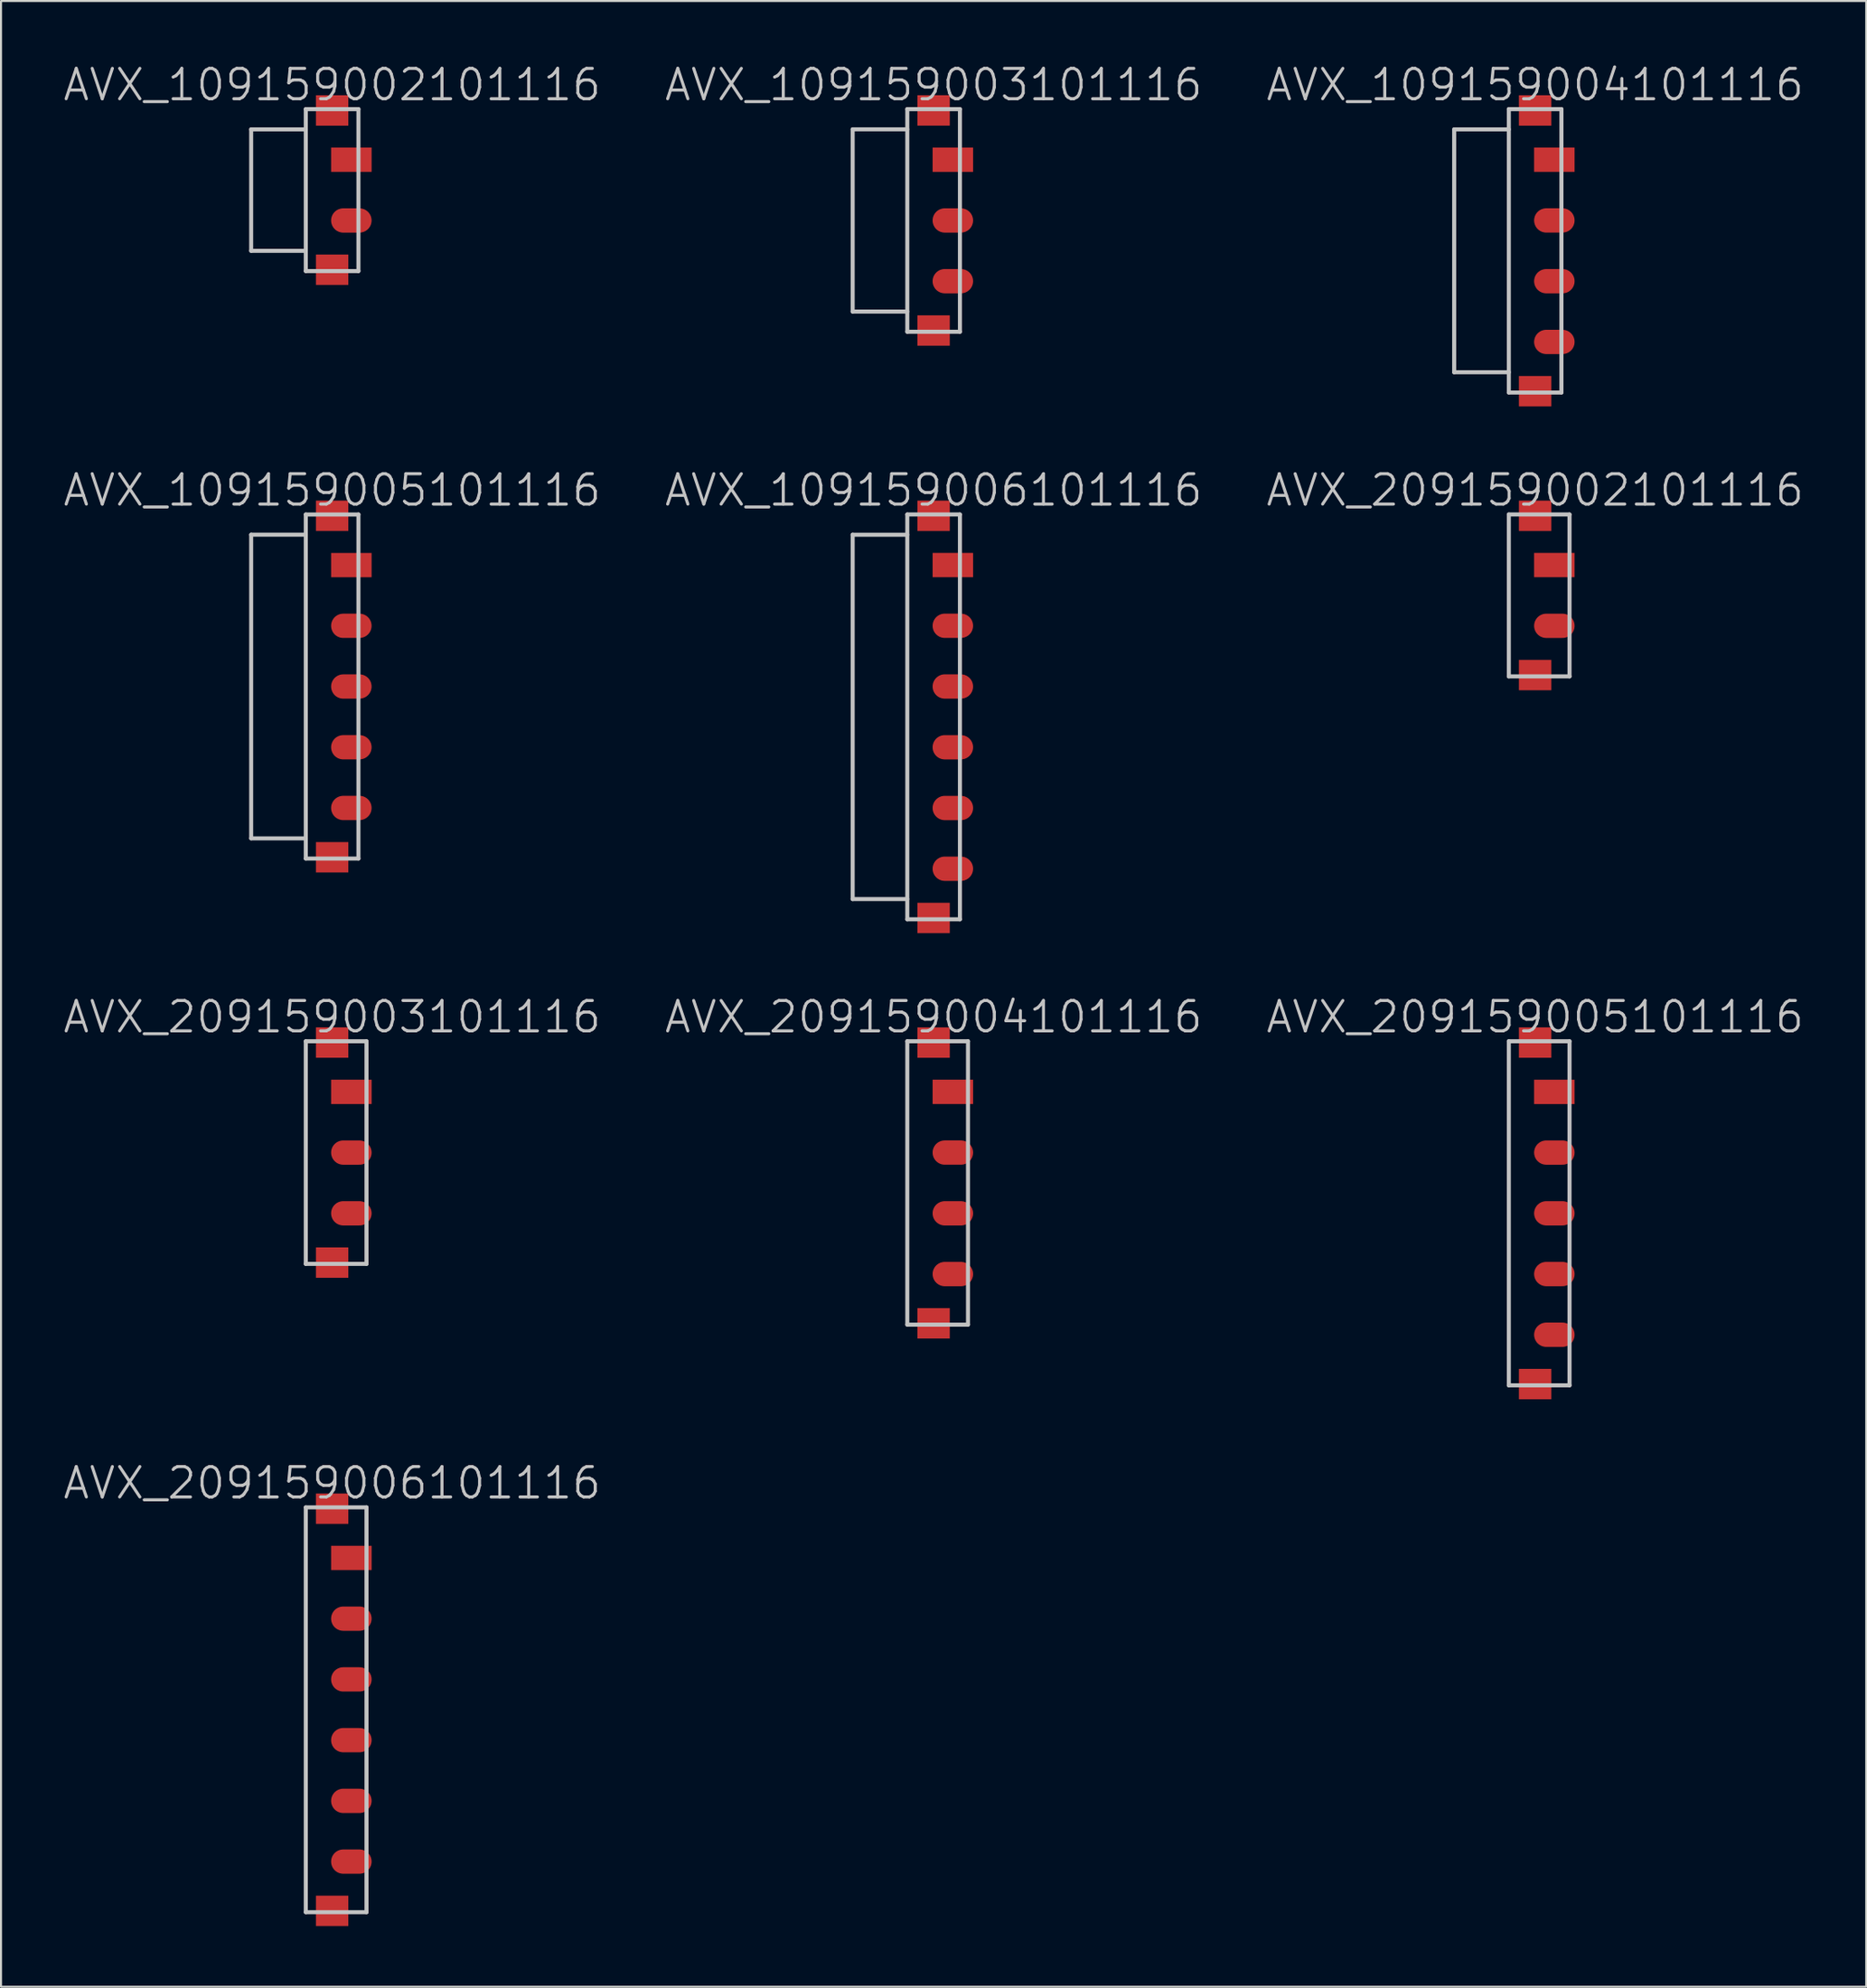
<source format=kicad_pcb>
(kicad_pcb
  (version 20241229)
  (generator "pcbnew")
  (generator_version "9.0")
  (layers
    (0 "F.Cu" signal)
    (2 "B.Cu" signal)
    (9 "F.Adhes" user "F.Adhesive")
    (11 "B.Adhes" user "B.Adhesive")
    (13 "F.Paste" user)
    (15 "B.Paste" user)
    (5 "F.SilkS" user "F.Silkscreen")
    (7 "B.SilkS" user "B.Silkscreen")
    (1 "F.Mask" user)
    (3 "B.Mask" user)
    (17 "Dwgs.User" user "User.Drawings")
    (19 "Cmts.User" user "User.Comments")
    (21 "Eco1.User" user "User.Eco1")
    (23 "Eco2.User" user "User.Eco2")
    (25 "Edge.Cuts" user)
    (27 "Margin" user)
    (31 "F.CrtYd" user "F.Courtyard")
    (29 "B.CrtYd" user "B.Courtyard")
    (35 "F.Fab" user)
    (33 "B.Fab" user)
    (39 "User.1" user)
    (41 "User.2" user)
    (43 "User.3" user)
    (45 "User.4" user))
  (footprint "AVX_209159003101116"
    (layer "F.Cu")
    (at 13.361 53.89)
    (property "Reference" "AVX_209159003101116" (at 0 -6.7 180) (layer "Dwgs.User") (effects (font (size 1.5 1.5) (thickness 0.15))))
    (attr smd)
    (fp_line (start -1.3 5.499) (end -1.3 -5.499) (stroke (width 0.2) (type solid)) (layer "Dwgs.User"))
    (fp_line (start 1.699 -5.499) (end -1.3 -5.499) (stroke (width 0.2) (type solid)) (layer "Dwgs.User"))
    (fp_line (start 1.699 -5.499) (end 1.699 5.499) (stroke (width 0.2) (type solid)) (layer "Dwgs.User"))
    (fp_line (start 1.699 5.499) (end -1.3 5.499) (stroke (width 0.2) (type solid)) (layer "Dwgs.User"))
    (pad "" smd rect (at 0 -5.436 270) (size 1.5 1.6) (layers "F.Cu" "F.Mask" "F.Paste"))
    (pad "" smd rect (at 0 5.436 270) (size 1.5 1.6) (layers "F.Cu" "F.Mask" "F.Paste"))
    (pad "1" smd rect (at 0.95 -3 270) (size 1.2 2) (layers "F.Cu" "F.Mask" "F.Paste"))
    (pad "2" smd oval (at 0.95 0 270) (size 1.2 2) (layers "F.Cu" "F.Mask" "F.Paste"))
    (pad "3" smd oval (at 0.95 3 270) (size 1.2 2) (layers "F.Cu" "F.Mask" "F.Paste")))
  (footprint "AVX_109159003101116"
    (layer "F.Cu")
    (at 43.082 7.841)
    (property "Reference" "AVX_109159003101116" (at 0 -6.7 180) (layer "Dwgs.User") (effects (font (size 1.5 1.5) (thickness 0.15))))
    (attr smd)
    (fp_line (start -4 -4.501) (end -4 4.501) (stroke (width 0.2) (type solid)) (layer "Dwgs.User"))
    (fp_line (start -4 4.501) (end -1.3 4.501) (stroke (width 0.2) (type solid)) (layer "Dwgs.User"))
    (fp_line (start -1.3 -4.501) (end -4 -4.501) (stroke (width 0.2) (type solid)) (layer "Dwgs.User"))
    (fp_line (start -1.3 5.499) (end -1.3 -5.499) (stroke (width 0.2) (type solid)) (layer "Dwgs.User"))
    (fp_line (start -1.3 5.499) (end 1.3 5.499) (stroke (width 0.2) (type solid)) (layer "Dwgs.User"))
    (fp_line (start 1.3 -5.499) (end -1.3 -5.499) (stroke (width 0.2) (type solid)) (layer "Dwgs.User"))
    (fp_line (start 1.3 -5.499) (end 1.3 5.499) (stroke (width 0.2) (type solid)) (layer "Dwgs.User"))
    (pad "" smd rect (at 0 -5.436 270) (size 1.5 1.6) (layers "F.Cu" "F.Mask" "F.Paste"))
    (pad "" smd rect (at 0 5.436 270) (size 1.5 1.6) (layers "F.Cu" "F.Mask" "F.Paste"))
    (pad "1" smd rect (at 0.95 -3 270) (size 1.2 2) (layers "F.Cu" "F.Mask" "F.Paste"))
    (pad "2" smd oval (at 0.95 0 270) (size 1.2 2) (layers "F.Cu" "F.Mask" "F.Paste"))
    (pad "3" smd oval (at 0.95 3 270) (size 1.2 2) (layers "F.Cu" "F.Mask" "F.Paste")))
  (footprint "AVX_109159002101116"
    (layer "F.Cu")
    (at 13.361 6.341)
    (property "Reference" "AVX_109159002101116" (at 0 -5.2 180) (layer "Dwgs.User") (effects (font (size 1.5 1.5) (thickness 0.15))))
    (attr smd)
    (fp_line (start -4 -3) (end -4 3) (stroke (width 0.2) (type solid)) (layer "Dwgs.User"))
    (fp_line (start -4 3) (end -1.3 3) (stroke (width 0.2) (type solid)) (layer "Dwgs.User"))
    (fp_line (start -1.3 -4) (end -1.3 4) (stroke (width 0.2) (type solid)) (layer "Dwgs.User"))
    (fp_line (start -1.3 -3) (end -4 -3) (stroke (width 0.2) (type solid)) (layer "Dwgs.User"))
    (fp_line (start -1.3 4) (end 1.3 4) (stroke (width 0.2) (type solid)) (layer "Dwgs.User"))
    (fp_line (start 1.3 -4) (end -1.3 -4) (stroke (width 0.2) (type solid)) (layer "Dwgs.User"))
    (fp_line (start 1.3 4) (end 1.3 -4) (stroke (width 0.2) (type solid)) (layer "Dwgs.User"))
    (pad "" smd rect (at 0 -3.934 270) (size 1.5 1.6) (layers "F.Cu" "F.Mask" "F.Paste"))
    (pad "" smd rect (at 0 3.934 270) (size 1.5 1.6) (layers "F.Cu" "F.Mask" "F.Paste"))
    (pad "1" smd rect (at 0.95 -1.501 270) (size 1.2 2) (layers "F.Cu" "F.Mask" "F.Paste"))
    (pad "2" smd oval (at 0.95 1.501 270) (size 1.2 2) (layers "F.Cu" "F.Mask" "F.Paste")))
  (footprint "AVX_209159004101116"
    (layer "F.Cu")
    (at 43.082 55.39)
    (property "Reference" "AVX_209159004101116" (at 0 -8.2 180) (layer "Dwgs.User") (effects (font (size 1.5 1.5) (thickness 0.15))))
    (attr smd)
    (fp_line (start -1.3 -7) (end -1.3 7) (stroke (width 0.2) (type solid)) (layer "Dwgs.User"))
    (fp_line (start 1.699 -7) (end -1.3 -7) (stroke (width 0.2) (type solid)) (layer "Dwgs.User"))
    (fp_line (start 1.699 7) (end -1.3 7) (stroke (width 0.2) (type solid)) (layer "Dwgs.User"))
    (fp_line (start 1.699 7) (end 1.699 -7) (stroke (width 0.2) (type solid)) (layer "Dwgs.User"))
    (pad "" smd rect (at 0 -6.934 270) (size 1.5 1.6) (layers "F.Cu" "F.Mask" "F.Paste"))
    (pad "" smd rect (at 0 6.934 270) (size 1.5 1.6) (layers "F.Cu" "F.Mask" "F.Paste"))
    (pad "1" smd rect (at 0.95 -4.501 270) (size 1.2 2) (layers "F.Cu" "F.Mask" "F.Paste"))
    (pad "2" smd oval (at 0.95 -1.501 270) (size 1.2 2) (layers "F.Cu" "F.Mask" "F.Paste"))
    (pad "3" smd oval (at 0.95 1.501 270) (size 1.2 2) (layers "F.Cu" "F.Mask" "F.Paste"))
    (pad "4" smd oval (at 0.95 4.501 270) (size 1.2 2) (layers "F.Cu" "F.Mask" "F.Paste")))
  (footprint "AVX_209159006101116"
    (layer "F.Cu")
    (at 13.361 81.416)
    (property "Reference" "AVX_209159006101116" (at 0 -11.2 180) (layer "Dwgs.User") (effects (font (size 1.5 1.5) (thickness 0.15))))
    (attr smd)
    (fp_line (start -1.3 10) (end -1.3 -10) (stroke (width 0.2) (type solid)) (layer "Dwgs.User"))
    (fp_line (start 1.699 -10) (end -1.3 -10) (stroke (width 0.2) (type solid)) (layer "Dwgs.User"))
    (fp_line (start 1.699 -10) (end 1.699 10) (stroke (width 0.2) (type solid)) (layer "Dwgs.User"))
    (fp_line (start 1.699 10) (end -1.3 10) (stroke (width 0.2) (type solid)) (layer "Dwgs.User"))
    (pad "" smd rect (at 0 -9.934 270) (size 1.5 1.6) (layers "F.Cu" "F.Mask" "F.Paste"))
    (pad "" smd rect (at 0 9.934 270) (size 1.5 1.6) (layers "F.Cu" "F.Mask" "F.Paste"))
    (pad "1" smd rect (at 0.95 -7.501 270) (size 1.2 2) (layers "F.Cu" "F.Mask" "F.Paste"))
    (pad "2" smd oval (at 0.95 -4.501 270) (size 1.2 2) (layers "F.Cu" "F.Mask" "F.Paste"))
    (pad "3" smd oval (at 0.95 -1.501 270) (size 1.2 2) (layers "F.Cu" "F.Mask" "F.Paste"))
    (pad "4" smd oval (at 0.95 1.501 270) (size 1.2 2) (layers "F.Cu" "F.Mask" "F.Paste"))
    (pad "5" smd oval (at 0.95 4.501 270) (size 1.2 2) (layers "F.Cu" "F.Mask" "F.Paste"))
    (pad "6" smd oval (at 0.95 7.501 270) (size 1.2 2) (layers "F.Cu" "F.Mask" "F.Paste")))
  (footprint "AVX_209159002101116"
    (layer "F.Cu")
    (at 72.804 26.366)
    (property "Reference" "AVX_209159002101116" (at 0 -5.2 180) (layer "Dwgs.User") (effects (font (size 1.5 1.5) (thickness 0.15))))
    (attr smd)
    (fp_line (start -1.3 -4) (end -1.3 4) (stroke (width 0.2) (type solid)) (layer "Dwgs.User"))
    (fp_line (start 1.699 -4) (end -1.3 -4) (stroke (width 0.2) (type solid)) (layer "Dwgs.User"))
    (fp_line (start 1.699 4) (end -1.3 4) (stroke (width 0.2) (type solid)) (layer "Dwgs.User"))
    (fp_line (start 1.699 4) (end 1.699 -4) (stroke (width 0.2) (type solid)) (layer "Dwgs.User"))
    (pad "" smd rect (at 0 -3.934 270) (size 1.5 1.6) (layers "F.Cu" "F.Mask" "F.Paste"))
    (pad "" smd rect (at 0 3.934 270) (size 1.5 1.6) (layers "F.Cu" "F.Mask" "F.Paste"))
    (pad "1" smd rect (at 0.95 -1.501 270) (size 1.2 2) (layers "F.Cu" "F.Mask" "F.Paste"))
    (pad "2" smd oval (at 0.95 1.501 270) (size 1.2 2) (layers "F.Cu" "F.Mask" "F.Paste")))
  (footprint "AVX_109159004101116"
    (layer "F.Cu")
    (at 72.804 9.341)
    (property "Reference" "AVX_109159004101116" (at 0 -8.2 180) (layer "Dwgs.User") (effects (font (size 1.5 1.5) (thickness 0.15))))
    (attr smd)
    (fp_line (start -4 5.999) (end -4 -5.999) (stroke (width 0.2) (type solid)) (layer "Dwgs.User"))
    (fp_line (start -4 5.999) (end -1.3 5.999) (stroke (width 0.2) (type solid)) (layer "Dwgs.User"))
    (fp_line (start -1.3 -7) (end -1.3 7) (stroke (width 0.2) (type solid)) (layer "Dwgs.User"))
    (fp_line (start -1.3 -5.999) (end -4 -5.999) (stroke (width 0.2) (type solid)) (layer "Dwgs.User"))
    (fp_line (start -1.3 7) (end 1.3 7) (stroke (width 0.2) (type solid)) (layer "Dwgs.User"))
    (fp_line (start 1.3 -7) (end -1.3 -7) (stroke (width 0.2) (type solid)) (layer "Dwgs.User"))
    (fp_line (start 1.3 7) (end 1.3 -7) (stroke (width 0.2) (type solid)) (layer "Dwgs.User"))
    (pad "" smd rect (at 0 -6.934 270) (size 1.5 1.6) (layers "F.Cu" "F.Mask" "F.Paste"))
    (pad "" smd rect (at 0 6.934 270) (size 1.5 1.6) (layers "F.Cu" "F.Mask" "F.Paste"))
    (pad "1" smd rect (at 0.95 -4.501 270) (size 1.2 2) (layers "F.Cu" "F.Mask" "F.Paste"))
    (pad "2" smd oval (at 0.95 -1.501 270) (size 1.2 2) (layers "F.Cu" "F.Mask" "F.Paste"))
    (pad "3" smd oval (at 0.95 1.501 270) (size 1.2 2) (layers "F.Cu" "F.Mask" "F.Paste"))
    (pad "4" smd oval (at 0.95 4.501 270) (size 1.2 2) (layers "F.Cu" "F.Mask" "F.Paste")))
  (footprint "AVX_109159005101116"
    (layer "F.Cu")
    (at 13.361 30.866)
    (property "Reference" "AVX_109159005101116" (at 0 -9.7 180) (layer "Dwgs.User") (effects (font (size 1.5 1.5) (thickness 0.15))))
    (attr smd)
    (fp_line (start -4 -7.501) (end -4 7.501) (stroke (width 0.2) (type solid)) (layer "Dwgs.User"))
    (fp_line (start -4 7.501) (end -1.3 7.501) (stroke (width 0.2) (type solid)) (layer "Dwgs.User"))
    (fp_line (start -1.3 -7.501) (end -4 -7.501) (stroke (width 0.2) (type solid)) (layer "Dwgs.User"))
    (fp_line (start -1.3 8.499) (end -1.3 -8.499) (stroke (width 0.2) (type solid)) (layer "Dwgs.User"))
    (fp_line (start -1.3 8.499) (end 1.3 8.499) (stroke (width 0.2) (type solid)) (layer "Dwgs.User"))
    (fp_line (start 1.3 -8.499) (end -1.3 -8.499) (stroke (width 0.2) (type solid)) (layer "Dwgs.User"))
    (fp_line (start 1.3 -8.499) (end 1.3 8.499) (stroke (width 0.2) (type solid)) (layer "Dwgs.User"))
    (pad "" smd rect (at 0 -8.435 270) (size 1.5 1.6) (layers "F.Cu" "F.Mask" "F.Paste"))
    (pad "" smd rect (at 0 8.435 270) (size 1.5 1.6) (layers "F.Cu" "F.Mask" "F.Paste"))
    (pad "1" smd rect (at 0.95 -5.999 270) (size 1.2 2) (layers "F.Cu" "F.Mask" "F.Paste"))
    (pad "2" smd oval (at 0.95 -3 270) (size 1.2 2) (layers "F.Cu" "F.Mask" "F.Paste"))
    (pad "3" smd oval (at 0.95 0 270) (size 1.2 2) (layers "F.Cu" "F.Mask" "F.Paste"))
    (pad "4" smd oval (at 0.95 3 270) (size 1.2 2) (layers "F.Cu" "F.Mask" "F.Paste"))
    (pad "5" smd oval (at 0.95 5.999 270) (size 1.2 2) (layers "F.Cu" "F.Mask" "F.Paste")))
  (footprint "AVX_209159005101116"
    (layer "F.Cu")
    (at 72.804 56.89)
    (property "Reference" "AVX_209159005101116" (at 0 -9.7 180) (layer "Dwgs.User") (effects (font (size 1.5 1.5) (thickness 0.15))))
    (attr smd)
    (fp_line (start -1.3 8.499) (end -1.3 -8.499) (stroke (width 0.2) (type solid)) (layer "Dwgs.User"))
    (fp_line (start 1.699 -8.499) (end -1.3 -8.499) (stroke (width 0.2) (type solid)) (layer "Dwgs.User"))
    (fp_line (start 1.699 -8.499) (end 1.699 8.499) (stroke (width 0.2) (type solid)) (layer "Dwgs.User"))
    (fp_line (start 1.699 8.499) (end -1.3 8.499) (stroke (width 0.2) (type solid)) (layer "Dwgs.User"))
    (pad "" smd rect (at 0 -8.435 270) (size 1.5 1.6) (layers "F.Cu" "F.Mask" "F.Paste"))
    (pad "" smd rect (at 0 8.435 270) (size 1.5 1.6) (layers "F.Cu" "F.Mask" "F.Paste"))
    (pad "1" smd rect (at 0.95 -5.999 270) (size 1.2 2) (layers "F.Cu" "F.Mask" "F.Paste"))
    (pad "2" smd oval (at 0.95 -3 270) (size 1.2 2) (layers "F.Cu" "F.Mask" "F.Paste"))
    (pad "3" smd oval (at 0.95 0 270) (size 1.2 2) (layers "F.Cu" "F.Mask" "F.Paste"))
    (pad "4" smd oval (at 0.95 3 270) (size 1.2 2) (layers "F.Cu" "F.Mask" "F.Paste"))
    (pad "5" smd oval (at 0.95 5.999 270) (size 1.2 2) (layers "F.Cu" "F.Mask" "F.Paste")))
  (footprint "AVX_109159006101116"
    (layer "F.Cu")
    (at 43.082 32.366)
    (property "Reference" "AVX_109159006101116" (at 0 -11.2 180) (layer "Dwgs.User") (effects (font (size 1.5 1.5) (thickness 0.15))))
    (attr smd)
    (fp_line (start -4 8.999) (end -4 -8.999) (stroke (width 0.2) (type solid)) (layer "Dwgs.User"))
    (fp_line (start -4 8.999) (end -1.3 8.999) (stroke (width 0.2) (type solid)) (layer "Dwgs.User"))
    (fp_line (start -1.3 -8.999) (end -4 -8.999) (stroke (width 0.2) (type solid)) (layer "Dwgs.User"))
    (fp_line (start -1.3 10) (end -1.3 -10) (stroke (width 0.2) (type solid)) (layer "Dwgs.User"))
    (fp_line (start -1.3 10) (end 1.3 10) (stroke (width 0.2) (type solid)) (layer "Dwgs.User"))
    (fp_line (start 1.3 -10) (end -1.3 -10) (stroke (width 0.2) (type solid)) (layer "Dwgs.User"))
    (fp_line (start 1.3 -10) (end 1.3 10) (stroke (width 0.2) (type solid)) (layer "Dwgs.User"))
    (pad "" smd rect (at 0 -9.934 270) (size 1.5 1.6) (layers "F.Cu" "F.Mask" "F.Paste"))
    (pad "" smd rect (at 0 9.934 270) (size 1.5 1.6) (layers "F.Cu" "F.Mask" "F.Paste"))
    (pad "1" smd rect (at 0.95 -7.501 270) (size 1.2 2) (layers "F.Cu" "F.Mask" "F.Paste"))
    (pad "2" smd oval (at 0.95 -4.501 270) (size 1.2 2) (layers "F.Cu" "F.Mask" "F.Paste"))
    (pad "3" smd oval (at 0.95 -1.501 270) (size 1.2 2) (layers "F.Cu" "F.Mask" "F.Paste"))
    (pad "4" smd oval (at 0.95 1.501 270) (size 1.2 2) (layers "F.Cu" "F.Mask" "F.Paste"))
    (pad "5" smd oval (at 0.95 4.501 270) (size 1.2 2) (layers "F.Cu" "F.Mask" "F.Paste"))
    (pad "6" smd oval (at 0.95 7.501 270) (size 1.2 2) (layers "F.Cu" "F.Mask" "F.Paste")))
  (gr_rect
    (start -3 -3)
    (end 89.164 95.1)
    (stroke (width 0.1) (type default))
    (fill no)
    (layer "Edge.Cuts")))
</source>
